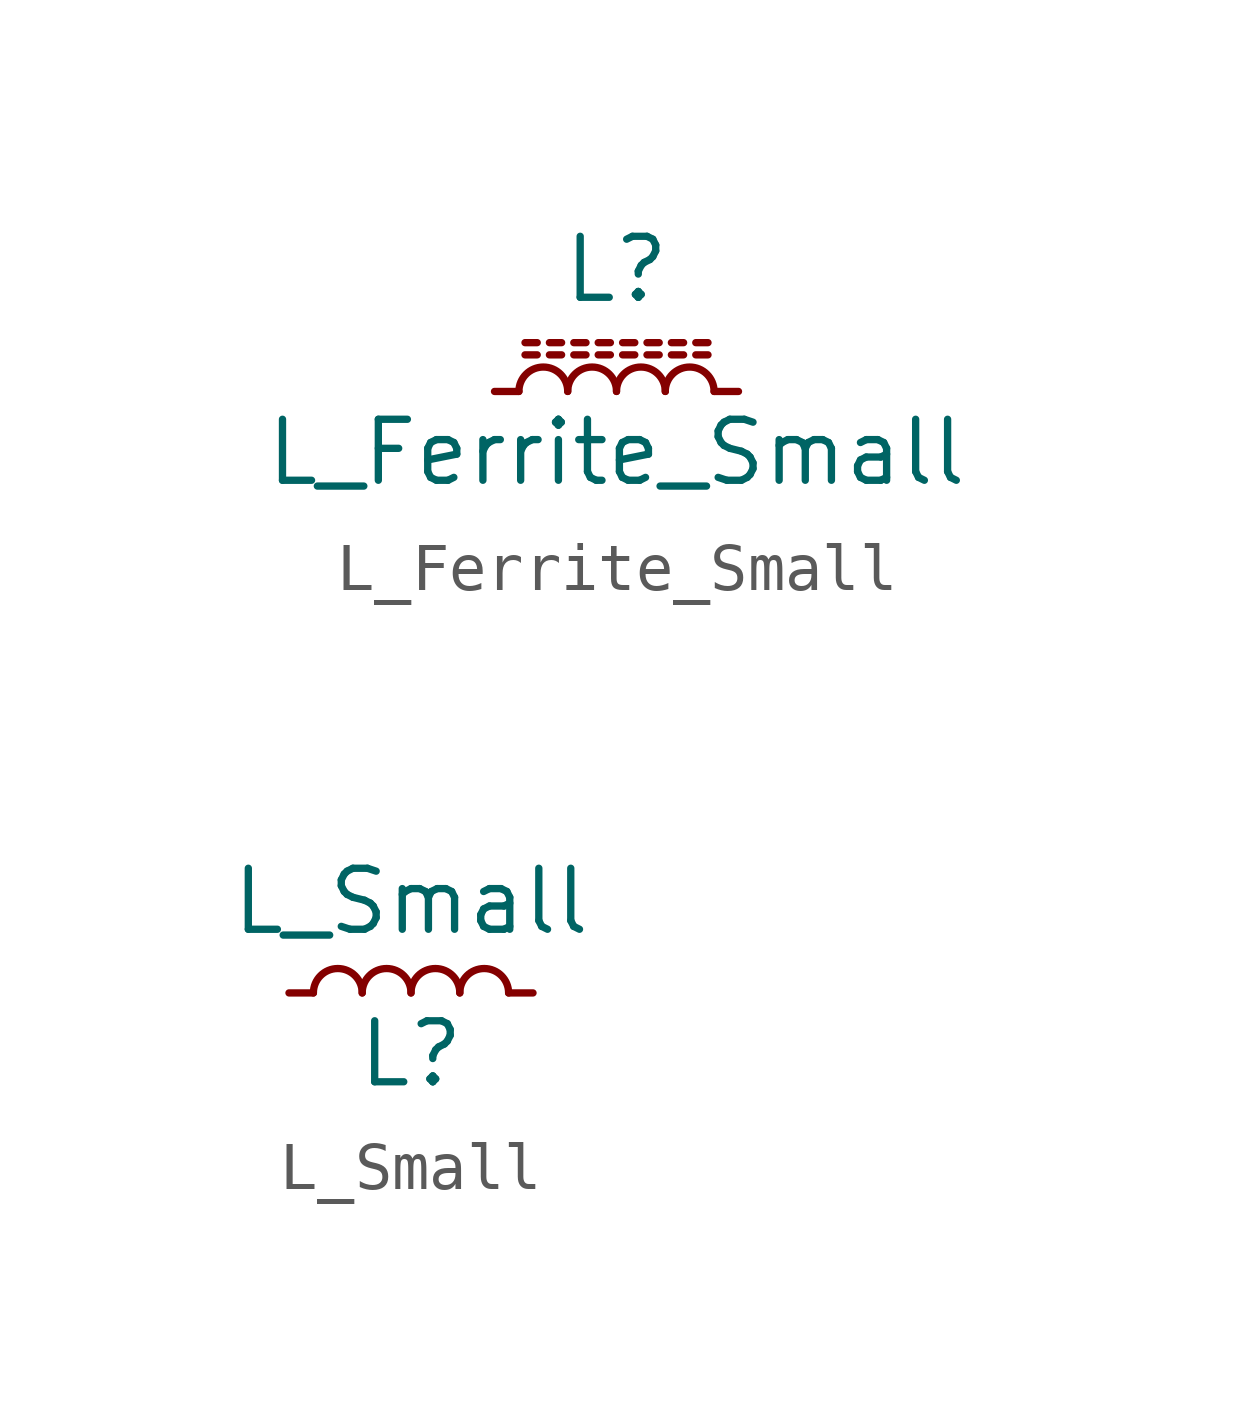
<source format=kicad_sym>
(kicad_symbol_lib
  (version 20231120)
  (generator "kicad_symbol_editor")
  (generator_version "8.0")
  (symbol "L_Ferrite_Small"
    (pin_numbers hide)
    (pin_names
      (offset 1.016) hide)
    (property "Reference" "L"
      (at 0 2.54 0)
      (effects (font (size 1.27 1.27))))
    (property "Value" "L_Ferrite_Small"
      (at 0 -1.27 0)
      (effects (font (size 1.27 1.27))))
    (symbol "L_Ferrite_Small_0_1"
      (arc (start -1.016 0) (mid -1.524 0.5058) (end -2.032 0) (stroke (width 0) (type default)) (fill (type none)))
      (arc (start 0 0) (mid -0.508 0.5058) (end -1.016 0) (stroke (width 0) (type default)) (fill (type none)))
      (polyline (pts (xy -1.905 1.016) (xy -1.651 1.016)) (stroke (width 0) (type default)) (fill (type none)))
      (polyline (pts (xy -1.651 0.762) (xy -1.905 0.762)) (stroke (width 0) (type default)) (fill (type none)))
      (polyline (pts (xy -1.397 1.016) (xy -1.143 1.016)) (stroke (width 0) (type default)) (fill (type none)))
      (polyline (pts (xy -1.143 0.762) (xy -1.397 0.762)) (stroke (width 0) (type default)) (fill (type none)))
      (polyline (pts (xy -0.889 1.016) (xy -0.635 1.016)) (stroke (width 0) (type default)) (fill (type none)))
      (polyline (pts (xy -0.635 0.762) (xy -0.889 0.762)) (stroke (width 0) (type default)) (fill (type none)))
      (polyline (pts (xy -0.381 1.016) (xy -0.127 1.016)) (stroke (width 0) (type default)) (fill (type none)))
      (polyline (pts (xy -0.127 0.762) (xy -0.381 0.762)) (stroke (width 0) (type default)) (fill (type none)))
      (polyline (pts (xy 0.127 1.016) (xy 0.381 1.016)) (stroke (width 0) (type default)) (fill (type none)))
      (polyline (pts (xy 0.381 0.762) (xy 0.127 0.762)) (stroke (width 0) (type default)) (fill (type none)))
      (polyline (pts (xy 0.635 1.016) (xy 0.889 1.016)) (stroke (width 0) (type default)) (fill (type none)))
      (polyline (pts (xy 0.889 0.762) (xy 0.635 0.762)) (stroke (width 0) (type default)) (fill (type none)))
      (polyline (pts (xy 1.143 1.016) (xy 1.397 1.016)) (stroke (width 0) (type default)) (fill (type none)))
      (polyline (pts (xy 1.397 0.762) (xy 1.143 0.762)) (stroke (width 0) (type default)) (fill (type none)))
      (polyline (pts (xy 1.651 1.016) (xy 1.905 1.016)) (stroke (width 0) (type default)) (fill (type none)))
      (polyline (pts (xy 1.905 0.762) (xy 1.651 0.762)) (stroke (width 0) (type default)) (fill (type none)))
      (arc (start 1.016 0) (mid 0.508 0.5058) (end 0 0) (stroke (width 0) (type default)) (fill (type none)))
      (arc (start 2.032 0) (mid 1.524 0.5058) (end 1.016 0) (stroke (width 0) (type default)) (fill (type none))))
    (symbol "L_Ferrite_Small_1_1"
      (pin passive line (at -2.54 0 0) (length 0.508) (name "~" (effects (font (size 1.27 1.27)))) (number "1" (effects (font (size 1.27 1.27)))))
      (pin passive line (at 2.54 0 180) (length 0.508) (name "~" (effects (font (size 1.27 1.27)))) (number "2" (effects (font (size 1.27 1.27)))))))
  (symbol "L_Small"
    (pin_numbers hide)
    (pin_names
      (offset 1.016) hide)
    (property "Reference" "L"
      (at 0 -1.27 0)
      (effects (font (size 1.27 1.27))))
    (property "Value" "L_Small"
      (at 0 1.905 0)
      (effects (font (size 1.27 1.27))))
    (symbol "L_Small_0_1"
      (arc (start -1.016 0) (mid -1.524 0.5058) (end -2.032 0) (stroke (width 0) (type default)) (fill (type none)))
      (arc (start 0 0) (mid -0.508 0.5058) (end -1.016 0) (stroke (width 0) (type default)) (fill (type none)))
      (arc (start 1.016 0) (mid 0.508 0.5058) (end 0 0) (stroke (width 0) (type default)) (fill (type none)))
      (arc (start 2.032 0) (mid 1.524 0.5058) (end 1.016 0) (stroke (width 0) (type default)) (fill (type none))))
    (symbol "L_Small_1_1"
      (pin passive line (at -2.54 0 0) (length 0.508) (name "~" (effects (font (size 1.27 1.27)))) (number "1" (effects (font (size 1.27 1.27)))))
      (pin passive line (at 2.54 0 180) (length 0.508) (name "~" (effects (font (size 1.27 1.27)))) (number "2" (effects (font (size 1.27 1.27))))))))
</source>
